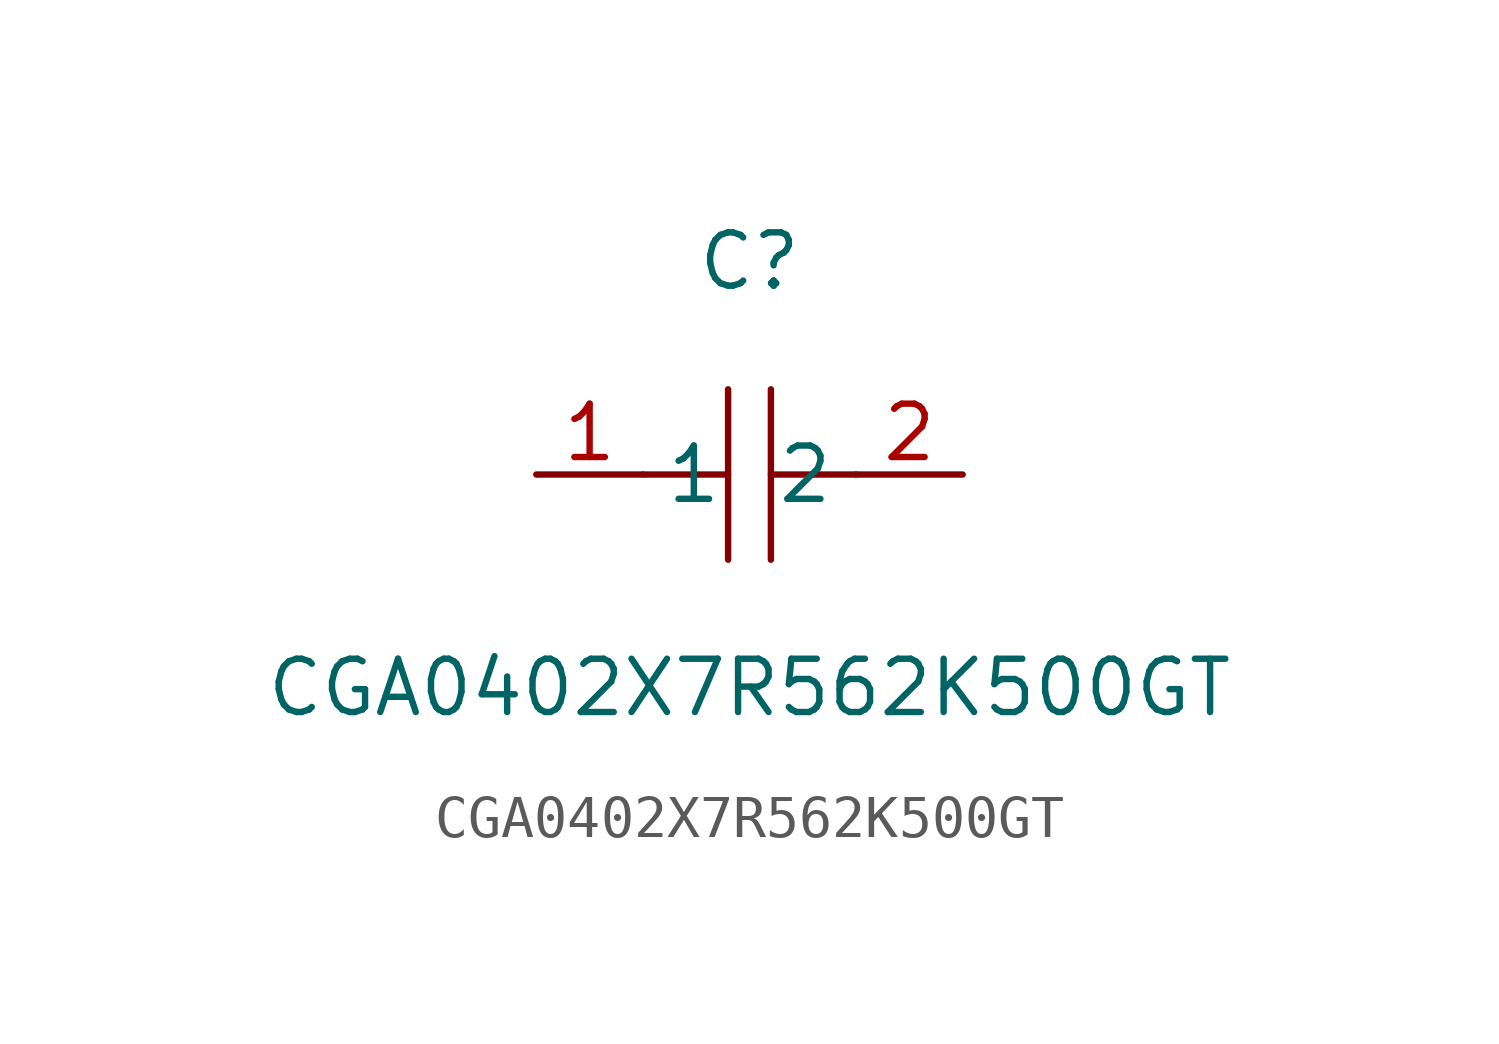
<source format=kicad_sym>
(kicad_symbol_lib
  (version 1)
  (generator "faebryk")
  (symbol "CGA0402X7R562K500GT"
    (property "Reference" "C"
      (at 0 5.08 0)
      (effects (font (size 1.27 1.27)) (hide no)))
    (property "Value" "CGA0402X7R562K500GT"
      (at 0 -5.08 0)
      (effects (font (size 1.27 1.27)) (hide no)))
    (symbol "CGA0402X7R562K500GT_0_1"
      (polyline (stroke (width 0) (type default) (color 0 0 0 0)) (fill (type none)) (pts (xy -0.51 -2.03) (xy -0.51 2.03)))
      (polyline (stroke (width 0) (type default) (color 0 0 0 0)) (fill (type none)) (pts (xy 2.54 0) (xy 0.51 0)))
      (polyline (stroke (width 0) (type default) (color 0 0 0 0)) (fill (type none)) (pts (xy 0.51 2.03) (xy 0.51 -2.03)))
      (polyline (stroke (width 0) (type default) (color 0 0 0 0)) (fill (type none)) (pts (xy -0.51 0) (xy -2.54 0)))
      (pin unspecified line (at -5.08 0 0) (length 2.54) (name "1" (effects (font (size 1.27 1.27)) (hide no))) (number "1" (effects (font (size 1.27 1.27)) (hide no))))
      (pin unspecified line (at 5.08 0 180) (length 2.54) (name "2" (effects (font (size 1.27 1.27)) (hide no))) (number "2" (effects (font (size 1.27 1.27)) (hide no)))))))
</source>
